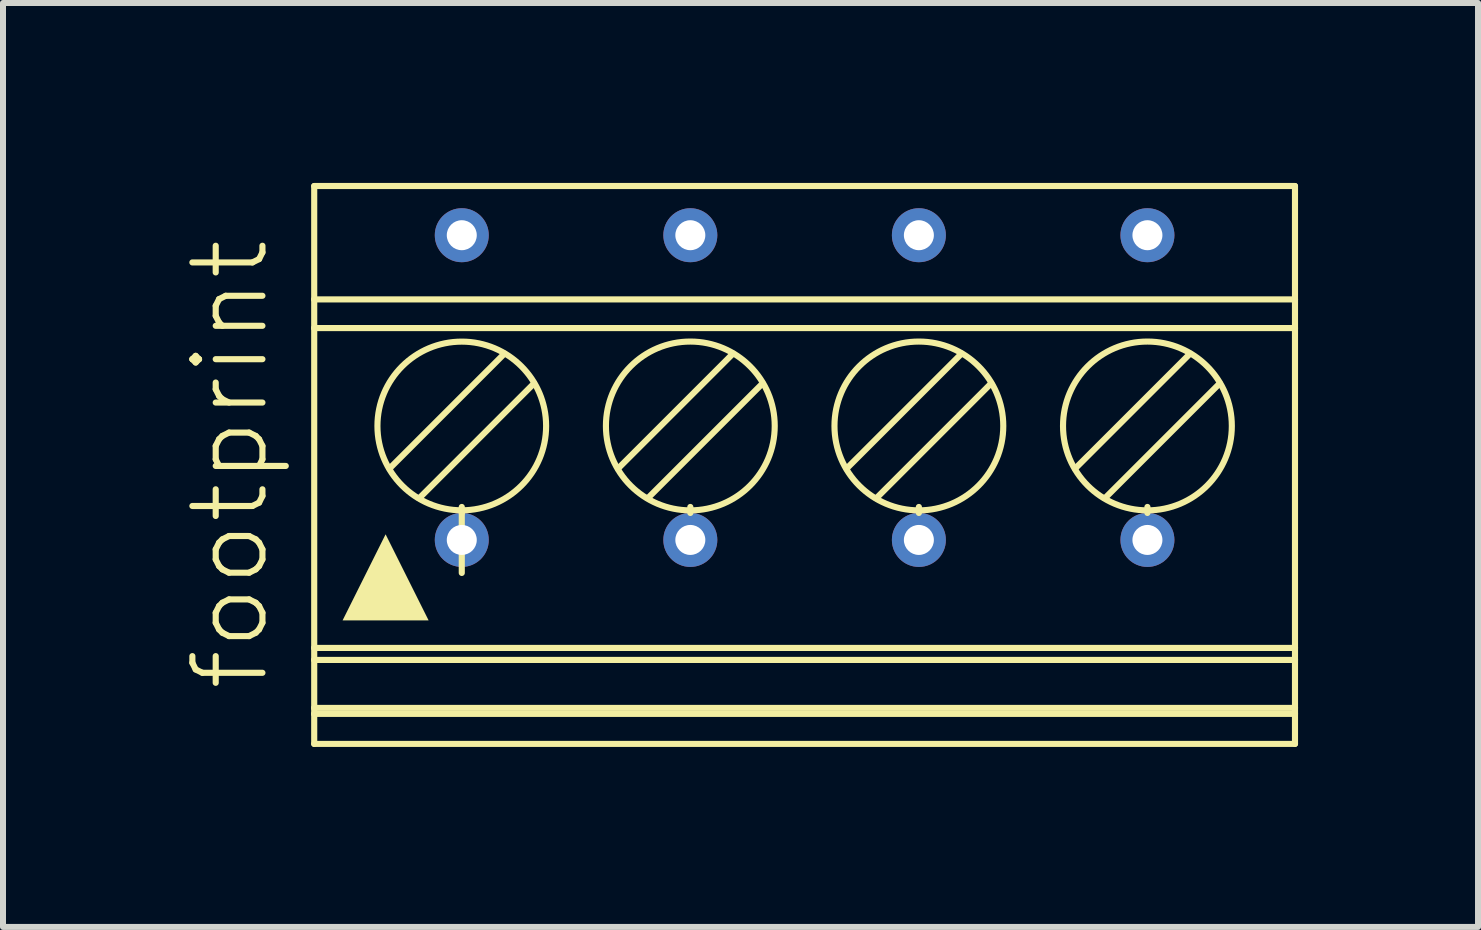
<source format=kicad_pcb>
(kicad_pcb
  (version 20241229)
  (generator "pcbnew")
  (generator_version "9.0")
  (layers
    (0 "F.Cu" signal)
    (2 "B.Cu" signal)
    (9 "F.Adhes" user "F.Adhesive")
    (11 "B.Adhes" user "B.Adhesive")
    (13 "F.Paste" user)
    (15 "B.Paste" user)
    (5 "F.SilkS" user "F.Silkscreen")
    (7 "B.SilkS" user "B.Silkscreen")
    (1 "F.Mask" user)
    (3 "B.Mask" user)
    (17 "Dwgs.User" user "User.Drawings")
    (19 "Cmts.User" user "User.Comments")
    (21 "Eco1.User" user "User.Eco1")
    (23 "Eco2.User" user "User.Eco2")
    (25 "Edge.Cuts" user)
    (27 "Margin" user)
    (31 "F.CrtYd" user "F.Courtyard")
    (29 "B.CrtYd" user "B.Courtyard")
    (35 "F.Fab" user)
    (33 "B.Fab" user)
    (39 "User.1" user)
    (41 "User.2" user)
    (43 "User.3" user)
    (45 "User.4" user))
  (footprint "footprint"
    (layer "F.Cu")
    (at 10.363 4.701)
    (property "Reference" "footprint" (at -8.89 3.81 90) (layer "F.SilkS") (effects (font (size 1.168 1.168) (thickness 0.102)) (justify left bottom)))
    (fp_line (start -8.175 -2.76) (end -8.175 -4.65) (stroke (width 0.102) (type solid)) (layer "F.SilkS"))
    (fp_line (start -8.175 -2.282) (end -8.175 -2.76) (stroke (width 0.102) (type solid)) (layer "F.SilkS"))
    (fp_line (start -8.175 3.05) (end -8.175 -2.282) (stroke (width 0.102) (type solid)) (layer "F.SilkS"))
    (fp_line (start -8.175 3.25) (end -8.175 3.05) (stroke (width 0.102) (type solid)) (layer "F.SilkS"))
    (fp_line (start -8.175 4.05) (end -8.175 3.25) (stroke (width 0.102) (type solid)) (layer "F.SilkS"))
    (fp_line (start -8.175 4.15) (end -8.175 4.05) (stroke (width 0.102) (type solid)) (layer "F.SilkS"))
    (fp_line (start -8.175 4.15) (end 8.175 4.15) (stroke (width 0.102) (type solid)) (layer "F.SilkS"))
    (fp_line (start -8.175 4.65) (end -8.175 4.15) (stroke (width 0.102) (type solid)) (layer "F.SilkS"))
    (fp_line (start -6.426 0.556) (end -4.509 -1.361) (stroke (width 0.102) (type solid)) (layer "F.SilkS"))
    (fp_line (start -5.715 0.75) (end -5.715 0.7) (stroke (width 0.102) (type solid)) (layer "F.SilkS"))
    (fp_line (start -5.715 0.8) (end -5.715 0.75) (stroke (width 0.102) (type solid)) (layer "F.SilkS"))
    (fp_line (start -5.715 0.8) (end -5.715 1.8) (stroke (width 0.102) (type solid)) (layer "F.SilkS"))
    (fp_line (start -5.004 -1.856) (end -6.921 0.061) (stroke (width 0.102) (type solid)) (layer "F.SilkS"))
    (fp_line (start -2.616 0.556) (end -0.699 -1.361) (stroke (width 0.102) (type solid)) (layer "F.SilkS"))
    (fp_line (start -1.905 0.75) (end -1.905 0.7) (stroke (width 0.102) (type solid)) (layer "F.SilkS"))
    (fp_line (start -1.905 0.8) (end -1.905 0.75) (stroke (width 0.102) (type solid)) (layer "F.SilkS"))
    (fp_line (start -1.194 -1.856) (end -3.111 0.061) (stroke (width 0.102) (type solid)) (layer "F.SilkS"))
    (fp_line (start 1.194 0.556) (end 3.111 -1.361) (stroke (width 0.102) (type solid)) (layer "F.SilkS"))
    (fp_line (start 1.905 0.75) (end 1.905 0.7) (stroke (width 0.102) (type solid)) (layer "F.SilkS"))
    (fp_line (start 1.905 0.8) (end 1.905 0.75) (stroke (width 0.102) (type solid)) (layer "F.SilkS"))
    (fp_line (start 2.616 -1.856) (end 0.699 0.061) (stroke (width 0.102) (type solid)) (layer "F.SilkS"))
    (fp_line (start 5.004 0.556) (end 6.921 -1.361) (stroke (width 0.102) (type solid)) (layer "F.SilkS"))
    (fp_line (start 5.715 0.75) (end 5.715 0.7) (stroke (width 0.102) (type solid)) (layer "F.SilkS"))
    (fp_line (start 5.715 0.8) (end 5.715 0.75) (stroke (width 0.102) (type solid)) (layer "F.SilkS"))
    (fp_line (start 6.426 -1.856) (end 4.509 0.061) (stroke (width 0.102) (type solid)) (layer "F.SilkS"))
    (fp_line (start 8.175 -4.65) (end -8.175 -4.65) (stroke (width 0.102) (type solid)) (layer "F.SilkS"))
    (fp_line (start 8.175 -2.76) (end -8.175 -2.76) (stroke (width 0.102) (type solid)) (layer "F.SilkS"))
    (fp_line (start 8.175 -2.76) (end 8.175 -4.65) (stroke (width 0.102) (type solid)) (layer "F.SilkS"))
    (fp_line (start 8.175 -2.76) (end 8.175 -2.282) (stroke (width 0.102) (type solid)) (layer "F.SilkS"))
    (fp_line (start 8.175 -2.282) (end -8.175 -2.282) (stroke (width 0.102) (type solid)) (layer "F.SilkS"))
    (fp_line (start 8.175 -2.282) (end 8.175 3.05) (stroke (width 0.102) (type solid)) (layer "F.SilkS"))
    (fp_line (start 8.175 3.05) (end -8.175 3.05) (stroke (width 0.102) (type solid)) (layer "F.SilkS"))
    (fp_line (start 8.175 3.25) (end -8.175 3.25) (stroke (width 0.102) (type solid)) (layer "F.SilkS"))
    (fp_line (start 8.175 3.25) (end 8.175 3.05) (stroke (width 0.102) (type solid)) (layer "F.SilkS"))
    (fp_line (start 8.175 4.05) (end -8.175 4.05) (stroke (width 0.102) (type solid)) (layer "F.SilkS"))
    (fp_line (start 8.175 4.05) (end 8.175 3.25) (stroke (width 0.102) (type solid)) (layer "F.SilkS"))
    (fp_line (start 8.175 4.15) (end 8.175 4.05) (stroke (width 0.102) (type solid)) (layer "F.SilkS"))
    (fp_line (start 8.175 4.65) (end -8.175 4.65) (stroke (width 0.102) (type solid)) (layer "F.SilkS"))
    (fp_line (start 8.175 4.65) (end 8.175 4.15) (stroke (width 0.102) (type solid)) (layer "F.SilkS"))
    (fp_circle (center -5.715 -0.65) (end -4.309 -0.65) (stroke (width 0.102) (type solid)) (fill no) (layer "F.SilkS"))
    (fp_circle (center -1.905 -0.65) (end -0.498 -0.65) (stroke (width 0.102) (type solid)) (fill no) (layer "F.SilkS"))
    (fp_circle (center 1.905 -0.65) (end 3.312 -0.65) (stroke (width 0.102) (type solid)) (fill no) (layer "F.SilkS"))
    (fp_circle (center 5.715 -0.65) (end 7.122 -0.65) (stroke (width 0.102) (type solid)) (fill no) (layer "F.SilkS"))
    (fp_poly (pts (xy -6.268 2.591) (xy -7.702 2.591) (xy -6.985 1.156)) (stroke (width 0) (type solid)) (fill yes) (layer "F.SilkS"))
    (pad "1.1" thru_hole circle (at -5.715 1.25 90) (size 0.9 0.9) (drill 0.5) (layers "*.Cu" "*.Mask"))
    (pad "1.2" thru_hole circle (at -5.715 -3.83 90) (size 0.9 0.9) (drill 0.5) (layers "*.Cu" "*.Mask"))
    (pad "2.1" thru_hole circle (at -1.905 1.25 90) (size 0.9 0.9) (drill 0.5) (layers "*.Cu" "*.Mask"))
    (pad "2.2" thru_hole circle (at -1.905 -3.83 90) (size 0.9 0.9) (drill 0.5) (layers "*.Cu" "*.Mask"))
    (pad "3.1" thru_hole circle (at 1.905 1.25 90) (size 0.9 0.9) (drill 0.5) (layers "*.Cu" "*.Mask"))
    (pad "3.2" thru_hole circle (at 1.905 -3.83 90) (size 0.9 0.9) (drill 0.5) (layers "*.Cu" "*.Mask"))
    (pad "4.1" thru_hole circle (at 5.715 1.25 90) (size 0.9 0.9) (drill 0.5) (layers "*.Cu" "*.Mask"))
    (pad "4.2" thru_hole circle (at 5.715 -3.83 90) (size 0.9 0.9) (drill 0.5) (layers "*.Cu" "*.Mask")))
  (gr_rect
    (start -3 -3)
    (end 21.589 12.402)
    (stroke (width 0.1) (type default))
    (fill no)
    (layer "Edge.Cuts")))
</source>
